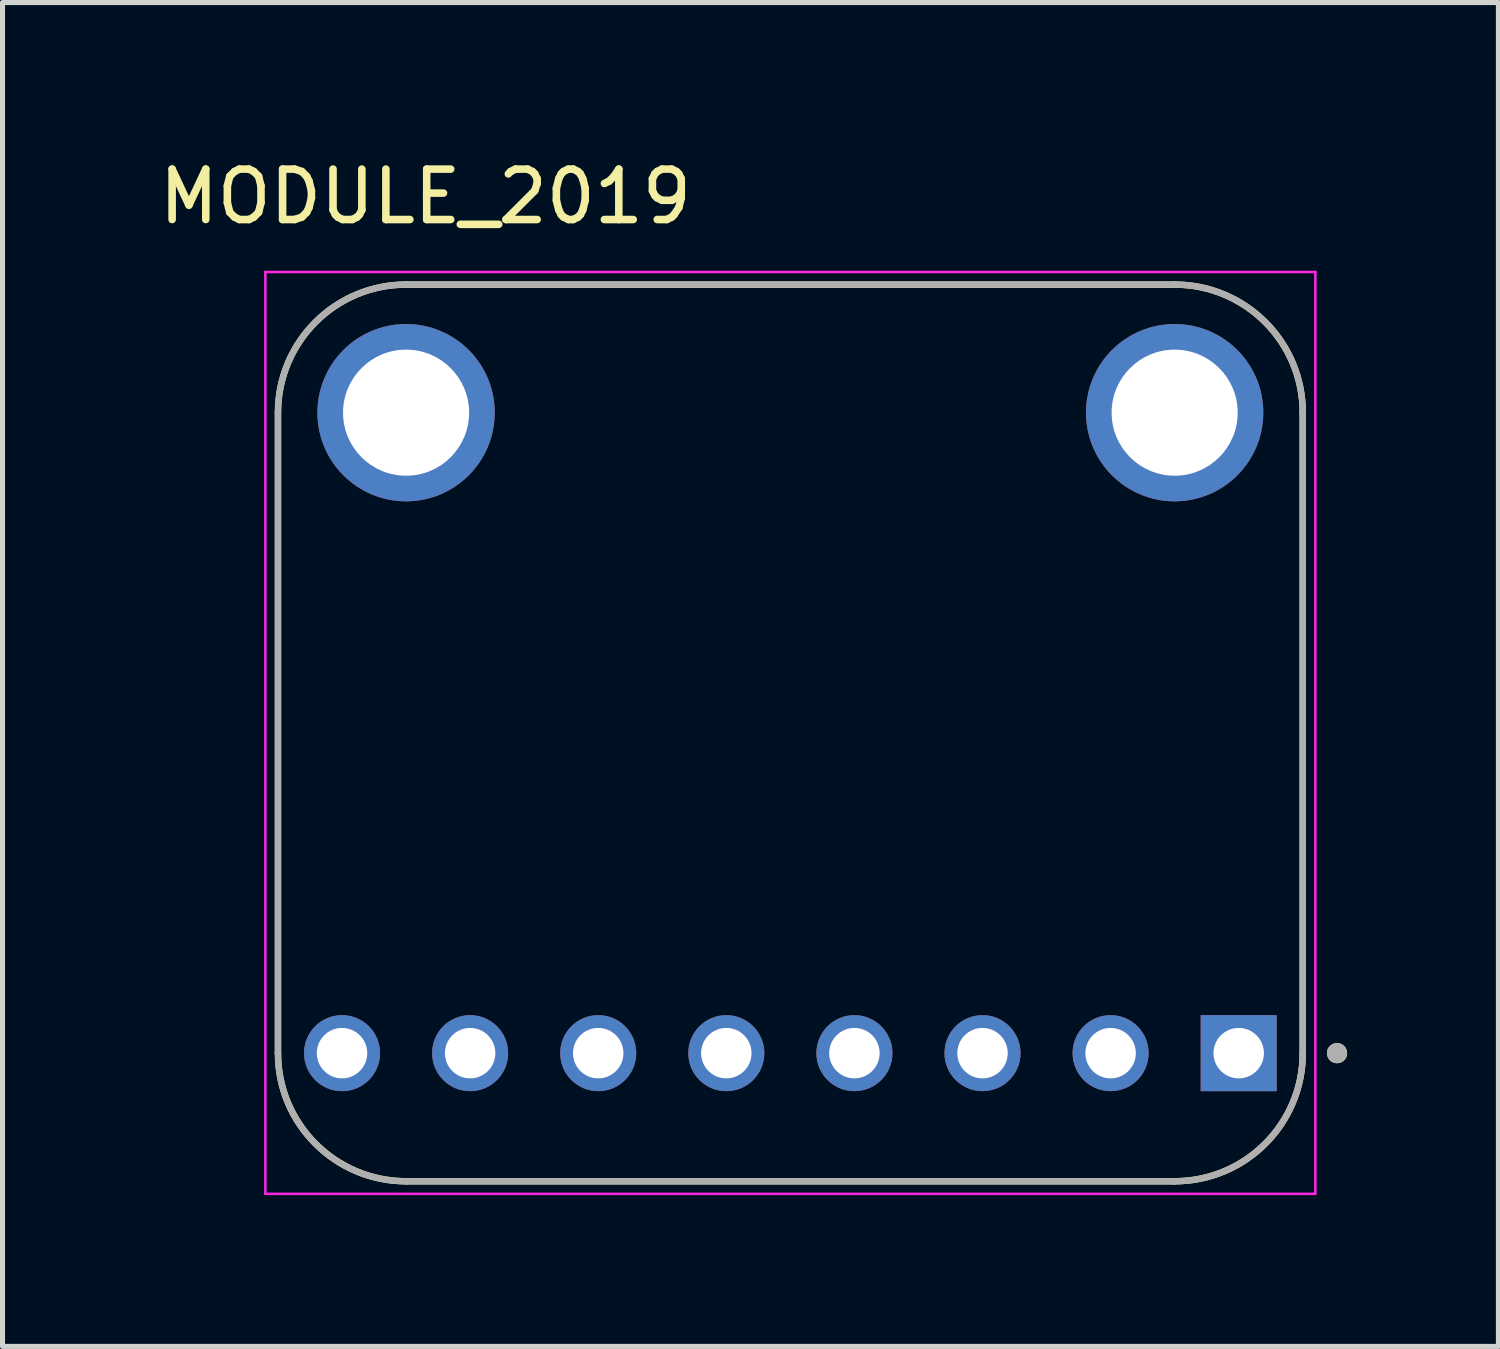
<source format=kicad_pcb>
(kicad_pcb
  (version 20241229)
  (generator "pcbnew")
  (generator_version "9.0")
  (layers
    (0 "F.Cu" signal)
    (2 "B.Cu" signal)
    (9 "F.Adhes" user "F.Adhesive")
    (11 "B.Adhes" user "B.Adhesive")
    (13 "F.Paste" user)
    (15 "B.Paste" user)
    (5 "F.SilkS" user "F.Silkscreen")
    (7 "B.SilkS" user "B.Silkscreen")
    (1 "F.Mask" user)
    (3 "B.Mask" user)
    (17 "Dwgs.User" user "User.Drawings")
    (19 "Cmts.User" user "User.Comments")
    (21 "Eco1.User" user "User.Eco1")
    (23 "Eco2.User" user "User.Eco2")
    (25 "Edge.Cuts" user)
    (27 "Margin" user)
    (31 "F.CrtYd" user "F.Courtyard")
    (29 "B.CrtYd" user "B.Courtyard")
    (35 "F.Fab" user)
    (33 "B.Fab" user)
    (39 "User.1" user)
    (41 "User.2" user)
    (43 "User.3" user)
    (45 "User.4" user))
  (footprint "MODULE_2019"
    (layer "F.Cu")
    (at 12.622 11.483)
    (property "Reference" "MODULE_2019" (at -7.235 -10.635 0) (layer "F.SilkS") (effects (font (size 1 1) (thickness 0.15))))
    (attr through_hole)
    (fp_line (start -10.16 6.35) (end -10.16 -6.35) (stroke (width 0.127) (type solid)) (layer "F.SilkS"))
    (fp_line (start -7.62 -8.89) (end 7.62 -8.89) (stroke (width 0.127) (type solid)) (layer "F.SilkS"))
    (fp_line (start 7.62 8.89) (end -7.62 8.89) (stroke (width 0.127) (type solid)) (layer "F.SilkS"))
    (fp_line (start 10.16 -6.35) (end 10.16 6.35) (stroke (width 0.127) (type solid)) (layer "F.SilkS"))
    (fp_arc (start -10.16 -6.35) (mid -9.416051 -8.146051) (end -7.62 -8.89) (stroke (width 0.127) (type solid)) (layer "F.SilkS"))
    (fp_arc (start -7.62 8.89) (mid -9.416051 8.146051) (end -10.16 6.35) (stroke (width 0.127) (type solid)) (layer "F.SilkS"))
    (fp_arc (start 7.62 -8.89) (mid 9.416051 -8.146051) (end 10.16 -6.35) (stroke (width 0.127) (type solid)) (layer "F.SilkS"))
    (fp_arc (start 10.16 6.35) (mid 9.416051 8.146051) (end 7.62 8.89) (stroke (width 0.127) (type solid)) (layer "F.SilkS"))
    (fp_circle (center 10.84 6.35) (end 10.94 6.35) (stroke (width 0.2) (type solid)) (fill no) (layer "F.SilkS"))
    (fp_line (start -10.41 -9.14) (end -10.41 9.14) (stroke (width 0.05) (type solid)) (layer "F.CrtYd"))
    (fp_line (start -10.41 9.14) (end 10.41 9.14) (stroke (width 0.05) (type solid)) (layer "F.CrtYd"))
    (fp_line (start 10.41 -9.14) (end -10.41 -9.14) (stroke (width 0.05) (type solid)) (layer "F.CrtYd"))
    (fp_line (start 10.41 9.14) (end 10.41 -9.14) (stroke (width 0.05) (type solid)) (layer "F.CrtYd"))
    (fp_line (start -10.16 6.35) (end -10.16 -6.35) (stroke (width 0.127) (type solid)) (layer "F.Fab"))
    (fp_line (start -7.62 -8.89) (end 7.62 -8.89) (stroke (width 0.127) (type solid)) (layer "F.Fab"))
    (fp_line (start 7.62 8.89) (end -7.62 8.89) (stroke (width 0.127) (type solid)) (layer "F.Fab"))
    (fp_line (start 10.16 -6.35) (end 10.16 6.35) (stroke (width 0.127) (type solid)) (layer "F.Fab"))
    (fp_arc (start -10.16 -6.35) (mid -9.416051 -8.146051) (end -7.62 -8.89) (stroke (width 0.127) (type solid)) (layer "F.Fab"))
    (fp_arc (start -7.62 8.89) (mid -9.416051 8.146051) (end -10.16 6.35) (stroke (width 0.127) (type solid)) (layer "F.Fab"))
    (fp_arc (start 7.62 -8.89) (mid 9.416051 -8.146051) (end 10.16 -6.35) (stroke (width 0.127) (type solid)) (layer "F.Fab"))
    (fp_arc (start 10.16 6.35) (mid 9.416051 8.146051) (end 7.62 8.89) (stroke (width 0.127) (type solid)) (layer "F.Fab"))
    (fp_circle (center 10.84 6.35) (end 10.94 6.35) (stroke (width 0.2) (type solid)) (fill no) (layer "F.Fab"))
    (pad "1" thru_hole rect (at 8.89 6.35) (size 1.508 1.508) (drill 1) (layers "*.Cu" "*.Mask"))
    (pad "2" thru_hole circle (at 6.35 6.35) (size 1.508 1.508) (drill 1) (layers "*.Cu" "*.Mask"))
    (pad "3" thru_hole circle (at 3.81 6.35) (size 1.508 1.508) (drill 1) (layers "*.Cu" "*.Mask"))
    (pad "4" thru_hole circle (at 1.27 6.35) (size 1.508 1.508) (drill 1) (layers "*.Cu" "*.Mask"))
    (pad "5" thru_hole circle (at -1.27 6.35) (size 1.508 1.508) (drill 1) (layers "*.Cu" "*.Mask"))
    (pad "6" thru_hole circle (at -3.81 6.35) (size 1.508 1.508) (drill 1) (layers "*.Cu" "*.Mask"))
    (pad "7" thru_hole circle (at -6.35 6.35) (size 1.508 1.508) (drill 1) (layers "*.Cu" "*.Mask"))
    (pad "8" thru_hole circle (at -8.89 6.35) (size 1.508 1.508) (drill 1) (layers "*.Cu" "*.Mask"))
    (pad "P1" thru_hole circle (at -7.62 -6.35) (size 3.516 3.516) (drill 2.5) (layers "*.Cu" "*.Mask"))
    (pad "P2" thru_hole circle (at 7.62 -6.35) (size 3.516 3.516) (drill 2.5) (layers "*.Cu" "*.Mask")))
  (gr_rect
    (start -3 -3)
    (end 26.662 23.648)
    (stroke (width 0.1) (type default))
    (fill no)
    (layer "Edge.Cuts")))
</source>
